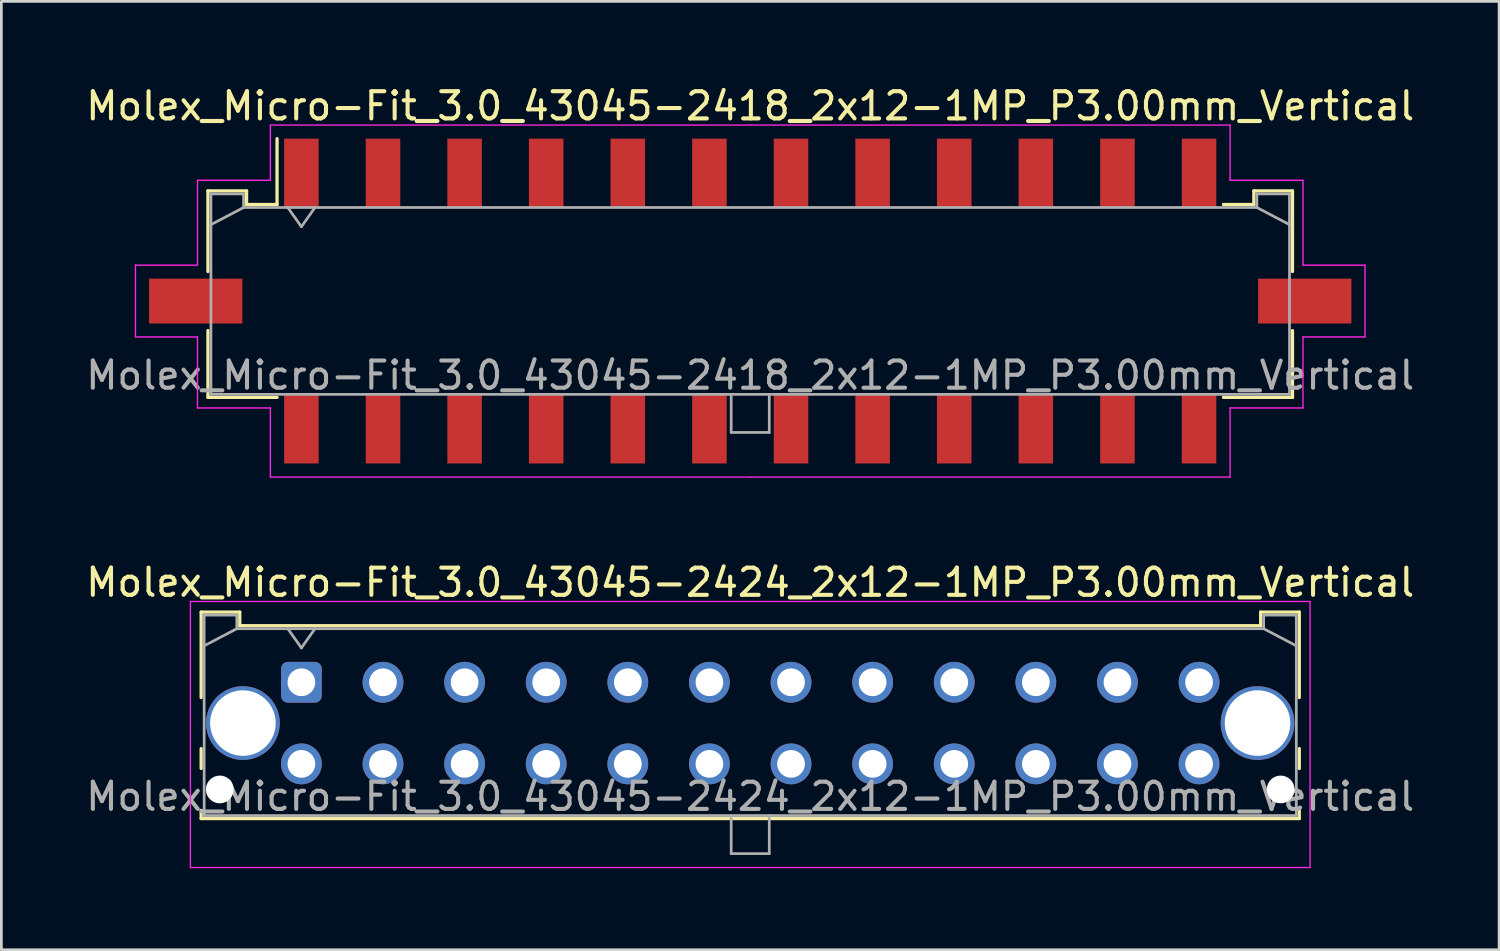
<source format=kicad_pcb>
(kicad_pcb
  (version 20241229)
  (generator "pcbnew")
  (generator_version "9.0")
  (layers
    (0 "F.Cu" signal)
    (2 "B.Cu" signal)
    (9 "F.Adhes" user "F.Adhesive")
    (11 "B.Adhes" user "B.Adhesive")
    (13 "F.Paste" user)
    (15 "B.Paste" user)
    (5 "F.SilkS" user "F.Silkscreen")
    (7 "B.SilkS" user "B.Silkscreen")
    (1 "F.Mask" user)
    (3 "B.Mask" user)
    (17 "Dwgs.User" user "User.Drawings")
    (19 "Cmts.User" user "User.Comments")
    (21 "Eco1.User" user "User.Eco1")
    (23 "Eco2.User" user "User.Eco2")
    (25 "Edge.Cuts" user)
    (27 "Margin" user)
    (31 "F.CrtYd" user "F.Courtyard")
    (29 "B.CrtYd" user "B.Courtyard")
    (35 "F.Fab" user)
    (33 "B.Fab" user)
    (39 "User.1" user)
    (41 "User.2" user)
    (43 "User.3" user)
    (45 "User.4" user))
  (footprint "Molex_Micro-Fit_3.0_43045-2424_2x12-1MP_P3.00mm_Vertical"
    (layer "F.Cu")
    (at 8.03 22.032)
    (property "Reference" "Molex_Micro-Fit_3.0_43045-2424_2x12-1MP_P3.00mm_Vertical" (at 16.5 -3.67 0) (layer "F.SilkS") (effects (font (size 1 1) (thickness 0.15))))
    (fp_line (start -3.685 -2.58) (end -2.265 -2.58) (stroke (width 0.12) (type solid)) (layer "F.SilkS"))
    (fp_line (start -3.685 0.562) (end -3.685 -2.58) (stroke (width 0.12) (type solid)) (layer "F.SilkS"))
    (fp_line (start -3.685 2.438) (end -3.685 3.17) (stroke (width 0.12) (type solid)) (layer "F.SilkS"))
    (fp_line (start -3.685 4.71) (end -3.685 5.01) (stroke (width 0.12) (type solid)) (layer "F.SilkS"))
    (fp_line (start -3.685 5.01) (end 36.685 5.01) (stroke (width 0.12) (type solid)) (layer "F.SilkS"))
    (fp_line (start -2.265 -2.58) (end -2.265 -2.08) (stroke (width 0.12) (type solid)) (layer "F.SilkS"))
    (fp_line (start -2.265 -2.08) (end 35.265 -2.08) (stroke (width 0.12) (type solid)) (layer "F.SilkS"))
    (fp_line (start 35.265 -2.58) (end 36.685 -2.58) (stroke (width 0.12) (type solid)) (layer "F.SilkS"))
    (fp_line (start 35.265 -2.08) (end 35.265 -2.58) (stroke (width 0.12) (type solid)) (layer "F.SilkS"))
    (fp_line (start 36.685 -2.58) (end 36.685 0.562) (stroke (width 0.12) (type solid)) (layer "F.SilkS"))
    (fp_line (start 36.685 2.438) (end 36.685 3.17) (stroke (width 0.12) (type solid)) (layer "F.SilkS"))
    (fp_line (start 36.685 5.01) (end 36.685 4.71) (stroke (width 0.12) (type solid)) (layer "F.SilkS"))
    (fp_line (start -4.08 -2.97) (end 37.08 -2.97) (stroke (width 0.05) (type solid)) (layer "F.CrtYd"))
    (fp_line (start -4.08 6.81) (end -4.08 -2.97) (stroke (width 0.05) (type solid)) (layer "F.CrtYd"))
    (fp_line (start 37.08 -2.97) (end 37.08 6.81) (stroke (width 0.05) (type solid)) (layer "F.CrtYd"))
    (fp_line (start 37.08 6.81) (end -4.08 6.81) (stroke (width 0.05) (type solid)) (layer "F.CrtYd"))
    (fp_line (start -3.575 -2.47) (end -3.575 4.9) (stroke (width 0.1) (type solid)) (layer "F.Fab"))
    (fp_line (start -3.575 -1.34) (end -2.375 -1.97) (stroke (width 0.1) (type solid)) (layer "F.Fab"))
    (fp_line (start -3.575 4.9) (end 36.575 4.9) (stroke (width 0.1) (type solid)) (layer "F.Fab"))
    (fp_line (start -2.375 -2.47) (end -3.575 -2.47) (stroke (width 0.1) (type solid)) (layer "F.Fab"))
    (fp_line (start -2.375 -1.97) (end -2.375 -2.47) (stroke (width 0.1) (type solid)) (layer "F.Fab"))
    (fp_line (start -0.5 -1.97) (end 0 -1.263) (stroke (width 0.1) (type solid)) (layer "F.Fab"))
    (fp_line (start 0 -1.263) (end 0.5 -1.97) (stroke (width 0.1) (type solid)) (layer "F.Fab"))
    (fp_line (start 15.8 4.9) (end 15.8 6.3) (stroke (width 0.1) (type solid)) (layer "F.Fab"))
    (fp_line (start 15.8 6.3) (end 17.2 6.3) (stroke (width 0.1) (type solid)) (layer "F.Fab"))
    (fp_line (start 17.2 6.3) (end 17.2 4.9) (stroke (width 0.1) (type solid)) (layer "F.Fab"))
    (fp_line (start 35.375 -2.47) (end 35.375 -1.97) (stroke (width 0.1) (type solid)) (layer "F.Fab"))
    (fp_line (start 35.375 -1.97) (end -2.375 -1.97) (stroke (width 0.1) (type solid)) (layer "F.Fab"))
    (fp_line (start 36.575 -2.47) (end 35.375 -2.47) (stroke (width 0.1) (type solid)) (layer "F.Fab"))
    (fp_line (start 36.575 -1.34) (end 35.375 -1.97) (stroke (width 0.1) (type solid)) (layer "F.Fab"))
    (fp_line (start 36.575 4.9) (end 36.575 -2.47) (stroke (width 0.1) (type solid)) (layer "F.Fab"))
    (fp_text user "${REFERENCE}" (at 16.5 4.2 0) (layer "F.Fab") (effects (font (size 1 1) (thickness 0.15))))
    (pad "" np_thru_hole circle (at -3 3.94) (size 1.02 1.02) (drill 1.02) (layers "*.Cu" "*.Mask"))
    (pad "" np_thru_hole circle (at 36 3.94) (size 1.02 1.02) (drill 1.02) (layers "*.Cu" "*.Mask"))
    (pad "1" thru_hole roundrect (at 0 0) (size 1.5 1.5) (drill 1.02) (layers "*.Cu" "*.Mask") (roundrect_rratio 0.167))
    (pad "2" thru_hole circle (at 3 0) (size 1.5 1.5) (drill 1.02) (layers "*.Cu" "*.Mask"))
    (pad "3" thru_hole circle (at 6 0) (size 1.5 1.5) (drill 1.02) (layers "*.Cu" "*.Mask"))
    (pad "4" thru_hole circle (at 9 0) (size 1.5 1.5) (drill 1.02) (layers "*.Cu" "*.Mask"))
    (pad "5" thru_hole circle (at 12 0) (size 1.5 1.5) (drill 1.02) (layers "*.Cu" "*.Mask"))
    (pad "6" thru_hole circle (at 15 0) (size 1.5 1.5) (drill 1.02) (layers "*.Cu" "*.Mask"))
    (pad "7" thru_hole circle (at 18 0) (size 1.5 1.5) (drill 1.02) (layers "*.Cu" "*.Mask"))
    (pad "8" thru_hole circle (at 21 0) (size 1.5 1.5) (drill 1.02) (layers "*.Cu" "*.Mask"))
    (pad "9" thru_hole circle (at 24 0) (size 1.5 1.5) (drill 1.02) (layers "*.Cu" "*.Mask"))
    (pad "10" thru_hole circle (at 27 0) (size 1.5 1.5) (drill 1.02) (layers "*.Cu" "*.Mask"))
    (pad "11" thru_hole circle (at 30 0) (size 1.5 1.5) (drill 1.02) (layers "*.Cu" "*.Mask"))
    (pad "12" thru_hole circle (at 33 0) (size 1.5 1.5) (drill 1.02) (layers "*.Cu" "*.Mask"))
    (pad "13" thru_hole circle (at 0 3) (size 1.5 1.5) (drill 1.02) (layers "*.Cu" "*.Mask"))
    (pad "14" thru_hole circle (at 3 3) (size 1.5 1.5) (drill 1.02) (layers "*.Cu" "*.Mask"))
    (pad "15" thru_hole circle (at 6 3) (size 1.5 1.5) (drill 1.02) (layers "*.Cu" "*.Mask"))
    (pad "16" thru_hole circle (at 9 3) (size 1.5 1.5) (drill 1.02) (layers "*.Cu" "*.Mask"))
    (pad "17" thru_hole circle (at 12 3) (size 1.5 1.5) (drill 1.02) (layers "*.Cu" "*.Mask"))
    (pad "18" thru_hole circle (at 15 3) (size 1.5 1.5) (drill 1.02) (layers "*.Cu" "*.Mask"))
    (pad "19" thru_hole circle (at 18 3) (size 1.5 1.5) (drill 1.02) (layers "*.Cu" "*.Mask"))
    (pad "20" thru_hole circle (at 21 3) (size 1.5 1.5) (drill 1.02) (layers "*.Cu" "*.Mask"))
    (pad "21" thru_hole circle (at 24 3) (size 1.5 1.5) (drill 1.02) (layers "*.Cu" "*.Mask"))
    (pad "22" thru_hole circle (at 27 3) (size 1.5 1.5) (drill 1.02) (layers "*.Cu" "*.Mask"))
    (pad "23" thru_hole circle (at 30 3) (size 1.5 1.5) (drill 1.02) (layers "*.Cu" "*.Mask"))
    (pad "24" thru_hole circle (at 33 3) (size 1.5 1.5) (drill 1.02) (layers "*.Cu" "*.Mask"))
    (pad "MP" thru_hole circle (at -2.15 1.5) (size 2.71 2.71) (drill 2.41) (layers "*.Cu" "*.Mask"))
    (pad "MP" thru_hole circle (at 35.15 1.5) (size 2.71 2.71) (drill 2.41) (layers "*.Cu" "*.Mask")))
  (footprint "Molex_Micro-Fit_3.0_43045-2418_2x12-1MP_P3.00mm_Vertical"
    (layer "F.Cu")
    (at 24.53 8.018)
    (property "Reference" "Molex_Micro-Fit_3.0_43045-2418_2x12-1MP_P3.00mm_Vertical" (at 0 -7.17 0) (layer "F.SilkS") (effects (font (size 1 1) (thickness 0.15))))
    (attr smd)
    (fp_line (start -19.935 -4.05) (end -18.515 -4.05) (stroke (width 0.12) (type solid)) (layer "F.SilkS"))
    (fp_line (start -19.935 -1.085) (end -19.935 -4.05) (stroke (width 0.12) (type solid)) (layer "F.SilkS"))
    (fp_line (start -19.935 1.085) (end -19.935 3.54) (stroke (width 0.12) (type solid)) (layer "F.SilkS"))
    (fp_line (start -19.935 3.54) (end -17.395 3.54) (stroke (width 0.12) (type solid)) (layer "F.SilkS"))
    (fp_line (start -18.515 -4.05) (end -18.515 -3.55) (stroke (width 0.12) (type solid)) (layer "F.SilkS"))
    (fp_line (start -18.515 -3.55) (end -17.395 -3.55) (stroke (width 0.12) (type solid)) (layer "F.SilkS"))
    (fp_line (start -17.395 -3.55) (end -17.395 -5.97) (stroke (width 0.12) (type solid)) (layer "F.SilkS"))
    (fp_line (start 18.515 -4.05) (end 18.515 -3.55) (stroke (width 0.12) (type solid)) (layer "F.SilkS"))
    (fp_line (start 18.515 -3.55) (end 17.395 -3.55) (stroke (width 0.12) (type solid)) (layer "F.SilkS"))
    (fp_line (start 19.935 -4.05) (end 18.515 -4.05) (stroke (width 0.12) (type solid)) (layer "F.SilkS"))
    (fp_line (start 19.935 -1.085) (end 19.935 -4.05) (stroke (width 0.12) (type solid)) (layer "F.SilkS"))
    (fp_line (start 19.935 1.085) (end 19.935 3.54) (stroke (width 0.12) (type solid)) (layer "F.SilkS"))
    (fp_line (start 19.935 3.54) (end 17.395 3.54) (stroke (width 0.12) (type solid)) (layer "F.SilkS"))
    (fp_line (start -22.6 -1.32) (end -22.6 1.32) (stroke (width 0.05) (type solid)) (layer "F.CrtYd"))
    (fp_line (start -22.6 1.32) (end -20.32 1.32) (stroke (width 0.05) (type solid)) (layer "F.CrtYd"))
    (fp_line (start -20.32 -4.44) (end -20.32 -1.32) (stroke (width 0.05) (type solid)) (layer "F.CrtYd"))
    (fp_line (start -20.32 -1.32) (end -22.6 -1.32) (stroke (width 0.05) (type solid)) (layer "F.CrtYd"))
    (fp_line (start -20.32 1.32) (end -20.32 3.93) (stroke (width 0.05) (type solid)) (layer "F.CrtYd"))
    (fp_line (start -20.32 3.93) (end -17.64 3.93) (stroke (width 0.05) (type solid)) (layer "F.CrtYd"))
    (fp_line (start -17.64 -6.47) (end -17.64 -4.44) (stroke (width 0.05) (type solid)) (layer "F.CrtYd"))
    (fp_line (start -17.64 -4.44) (end -20.32 -4.44) (stroke (width 0.05) (type solid)) (layer "F.CrtYd"))
    (fp_line (start -17.64 3.93) (end -17.64 6.47) (stroke (width 0.05) (type solid)) (layer "F.CrtYd"))
    (fp_line (start -17.64 6.47) (end 0 6.47) (stroke (width 0.05) (type solid)) (layer "F.CrtYd"))
    (fp_line (start 0 -6.47) (end -17.64 -6.47) (stroke (width 0.05) (type solid)) (layer "F.CrtYd"))
    (fp_line (start 0 -6.47) (end 17.64 -6.47) (stroke (width 0.05) (type solid)) (layer "F.CrtYd"))
    (fp_line (start 17.64 -6.47) (end 17.64 -4.44) (stroke (width 0.05) (type solid)) (layer "F.CrtYd"))
    (fp_line (start 17.64 -4.44) (end 20.32 -4.44) (stroke (width 0.05) (type solid)) (layer "F.CrtYd"))
    (fp_line (start 17.64 3.93) (end 17.64 6.47) (stroke (width 0.05) (type solid)) (layer "F.CrtYd"))
    (fp_line (start 17.64 6.47) (end 0 6.47) (stroke (width 0.05) (type solid)) (layer "F.CrtYd"))
    (fp_line (start 20.32 -4.44) (end 20.32 -1.32) (stroke (width 0.05) (type solid)) (layer "F.CrtYd"))
    (fp_line (start 20.32 -1.32) (end 22.6 -1.32) (stroke (width 0.05) (type solid)) (layer "F.CrtYd"))
    (fp_line (start 20.32 1.32) (end 20.32 3.93) (stroke (width 0.05) (type solid)) (layer "F.CrtYd"))
    (fp_line (start 20.32 3.93) (end 17.64 3.93) (stroke (width 0.05) (type solid)) (layer "F.CrtYd"))
    (fp_line (start 22.6 -1.32) (end 22.6 1.32) (stroke (width 0.05) (type solid)) (layer "F.CrtYd"))
    (fp_line (start 22.6 1.32) (end 20.32 1.32) (stroke (width 0.05) (type solid)) (layer "F.CrtYd"))
    (fp_line (start -19.825 -3.94) (end -19.825 3.43) (stroke (width 0.1) (type solid)) (layer "F.Fab"))
    (fp_line (start -19.825 -2.81) (end -18.625 -3.44) (stroke (width 0.1) (type solid)) (layer "F.Fab"))
    (fp_line (start -19.825 3.43) (end 19.825 3.43) (stroke (width 0.1) (type solid)) (layer "F.Fab"))
    (fp_line (start -18.625 -3.94) (end -19.825 -3.94) (stroke (width 0.1) (type solid)) (layer "F.Fab"))
    (fp_line (start -18.625 -3.44) (end -18.625 -3.94) (stroke (width 0.1) (type solid)) (layer "F.Fab"))
    (fp_line (start -17 -3.44) (end -16.5 -2.733) (stroke (width 0.1) (type solid)) (layer "F.Fab"))
    (fp_line (start -16.5 -2.733) (end -16 -3.44) (stroke (width 0.1) (type solid)) (layer "F.Fab"))
    (fp_line (start -0.7 3.43) (end -0.7 4.83) (stroke (width 0.1) (type solid)) (layer "F.Fab"))
    (fp_line (start -0.7 4.83) (end 0.7 4.83) (stroke (width 0.1) (type solid)) (layer "F.Fab"))
    (fp_line (start 0.7 4.83) (end 0.7 3.43) (stroke (width 0.1) (type solid)) (layer "F.Fab"))
    (fp_line (start 18.625 -3.94) (end 18.625 -3.44) (stroke (width 0.1) (type solid)) (layer "F.Fab"))
    (fp_line (start 18.625 -3.44) (end -18.625 -3.44) (stroke (width 0.1) (type solid)) (layer "F.Fab"))
    (fp_line (start 19.825 -3.94) (end 18.625 -3.94) (stroke (width 0.1) (type solid)) (layer "F.Fab"))
    (fp_line (start 19.825 -2.81) (end 18.625 -3.44) (stroke (width 0.1) (type solid)) (layer "F.Fab"))
    (fp_line (start 19.825 3.43) (end 19.825 -3.94) (stroke (width 0.1) (type solid)) (layer "F.Fab"))
    (fp_text user "${REFERENCE}" (at 0 2.73 0) (layer "F.Fab") (effects (font (size 1 1) (thickness 0.15))))
    (pad "1" smd rect (at -16.5 -4.7) (size 1.27 2.54) (layers "F.Cu" "F.Mask" "F.Paste"))
    (pad "2" smd rect (at -13.5 -4.7) (size 1.27 2.54) (layers "F.Cu" "F.Mask" "F.Paste"))
    (pad "3" smd rect (at -10.5 -4.7) (size 1.27 2.54) (layers "F.Cu" "F.Mask" "F.Paste"))
    (pad "4" smd rect (at -7.5 -4.7) (size 1.27 2.54) (layers "F.Cu" "F.Mask" "F.Paste"))
    (pad "5" smd rect (at -4.5 -4.7) (size 1.27 2.54) (layers "F.Cu" "F.Mask" "F.Paste"))
    (pad "6" smd rect (at -1.5 -4.7) (size 1.27 2.54) (layers "F.Cu" "F.Mask" "F.Paste"))
    (pad "7" smd rect (at 1.5 -4.7) (size 1.27 2.54) (layers "F.Cu" "F.Mask" "F.Paste"))
    (pad "8" smd rect (at 4.5 -4.7) (size 1.27 2.54) (layers "F.Cu" "F.Mask" "F.Paste"))
    (pad "9" smd rect (at 7.5 -4.7) (size 1.27 2.54) (layers "F.Cu" "F.Mask" "F.Paste"))
    (pad "10" smd rect (at 10.5 -4.7) (size 1.27 2.54) (layers "F.Cu" "F.Mask" "F.Paste"))
    (pad "11" smd rect (at 13.5 -4.7) (size 1.27 2.54) (layers "F.Cu" "F.Mask" "F.Paste"))
    (pad "12" smd rect (at 16.5 -4.7) (size 1.27 2.54) (layers "F.Cu" "F.Mask" "F.Paste"))
    (pad "13" smd rect (at -16.5 4.7) (size 1.27 2.54) (layers "F.Cu" "F.Mask" "F.Paste"))
    (pad "14" smd rect (at -13.5 4.7) (size 1.27 2.54) (layers "F.Cu" "F.Mask" "F.Paste"))
    (pad "15" smd rect (at -10.5 4.7) (size 1.27 2.54) (layers "F.Cu" "F.Mask" "F.Paste"))
    (pad "16" smd rect (at -7.5 4.7) (size 1.27 2.54) (layers "F.Cu" "F.Mask" "F.Paste"))
    (pad "17" smd rect (at -4.5 4.7) (size 1.27 2.54) (layers "F.Cu" "F.Mask" "F.Paste"))
    (pad "18" smd rect (at -1.5 4.7) (size 1.27 2.54) (layers "F.Cu" "F.Mask" "F.Paste"))
    (pad "19" smd rect (at 1.5 4.7) (size 1.27 2.54) (layers "F.Cu" "F.Mask" "F.Paste"))
    (pad "20" smd rect (at 4.5 4.7) (size 1.27 2.54) (layers "F.Cu" "F.Mask" "F.Paste"))
    (pad "21" smd rect (at 7.5 4.7) (size 1.27 2.54) (layers "F.Cu" "F.Mask" "F.Paste"))
    (pad "22" smd rect (at 10.5 4.7) (size 1.27 2.54) (layers "F.Cu" "F.Mask" "F.Paste"))
    (pad "23" smd rect (at 13.5 4.7) (size 1.27 2.54) (layers "F.Cu" "F.Mask" "F.Paste"))
    (pad "24" smd rect (at 16.5 4.7) (size 1.27 2.54) (layers "F.Cu" "F.Mask" "F.Paste"))
    (pad "MP" smd rect (at -20.385 0) (size 3.43 1.65) (layers "F.Cu" "F.Mask" "F.Paste"))
    (pad "MP" smd rect (at 20.385 0) (size 3.43 1.65) (layers "F.Cu" "F.Mask" "F.Paste")))
  (gr_rect
    (start -3 -3)
    (end 52.06 31.866)
    (stroke (width 0.1) (type default))
    (fill no)
    (layer "Edge.Cuts")))
</source>
